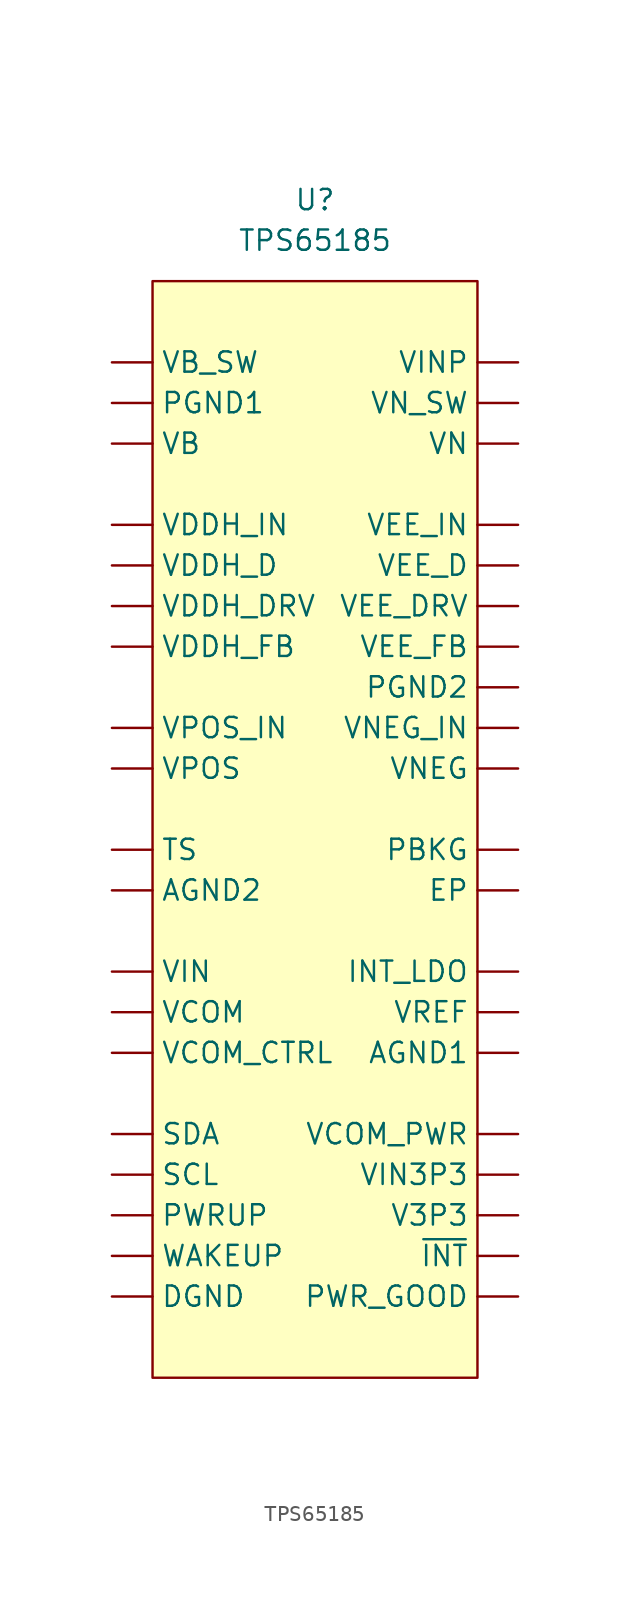
<source format=kicad_sym>
(kicad_symbol_lib
  (version 20201005)
  (generator kicad_symbol_editor)
  (symbol "symbols:TPS65185"
    (property "Reference" "U"
      (at 0 0 0)
      (effects (font (size 1.27 1.27))))
    (property "Value" "TPS65185"
      (at 0 -2.54 0)
      (effects (font (size 1.27 1.27))))
    (symbol "TPS65185_0_1"
      (rectangle (start -10.16 -5.08) (end 10.16 -73.66) (stroke (width 0.152)) (fill (type background))))
    (symbol "TPS65185_1_1"
      (pin input line (at 12.7 -53.34 180) (length 2.54) (name "AGND1" (effects (font (size 1.27 1.27)))) (number "" (effects (font (size 1.27 1.27)))))
      (pin input line (at -12.7 -43.18 0) (length 2.54) (name "AGND2" (effects (font (size 1.27 1.27)))) (number "" (effects (font (size 1.27 1.27)))))
      (pin input line (at -12.7 -68.58 0) (length 2.54) (name "DGND" (effects (font (size 1.27 1.27)))) (number "" (effects (font (size 1.27 1.27)))))
      (pin input line (at 12.7 -43.18 180) (length 2.54) (name "EP" (effects (font (size 1.27 1.27)))) (number "" (effects (font (size 1.27 1.27)))))
      (pin input line (at 12.7 -48.26 180) (length 2.54) (name "INT_LDO" (effects (font (size 1.27 1.27)))) (number "" (effects (font (size 1.27 1.27)))))
      (pin input line (at 12.7 -40.64 180) (length 2.54) (name "PBKG" (effects (font (size 1.27 1.27)))) (number "" (effects (font (size 1.27 1.27)))))
      (pin input line (at -12.7 -12.7 0) (length 2.54) (name "PGND1" (effects (font (size 1.27 1.27)))) (number "" (effects (font (size 1.27 1.27)))))
      (pin input line (at 12.7 -30.48 180) (length 2.54) (name "PGND2" (effects (font (size 1.27 1.27)))) (number "" (effects (font (size 1.27 1.27)))))
      (pin input line (at 12.7 -68.58 180) (length 2.54) (name "PWR_GOOD" (effects (font (size 1.27 1.27)))) (number "" (effects (font (size 1.27 1.27)))))
      (pin input line (at -12.7 -63.5 0) (length 2.54) (name "PWRUP" (effects (font (size 1.27 1.27)))) (number "" (effects (font (size 1.27 1.27)))))
      (pin input line (at -12.7 -60.96 0) (length 2.54) (name "SCL" (effects (font (size 1.27 1.27)))) (number "" (effects (font (size 1.27 1.27)))))
      (pin input line (at -12.7 -58.42 0) (length 2.54) (name "SDA" (effects (font (size 1.27 1.27)))) (number "" (effects (font (size 1.27 1.27)))))
      (pin input line (at -12.7 -40.64 0) (length 2.54) (name "TS" (effects (font (size 1.27 1.27)))) (number "" (effects (font (size 1.27 1.27)))))
      (pin input line (at 12.7 -63.5 180) (length 2.54) (name "V3P3" (effects (font (size 1.27 1.27)))) (number "" (effects (font (size 1.27 1.27)))))
      (pin input line (at -12.7 -15.24 0) (length 2.54) (name "VB" (effects (font (size 1.27 1.27)))) (number "" (effects (font (size 1.27 1.27)))))
      (pin input line (at -12.7 -10.16 0) (length 2.54) (name "VB_SW" (effects (font (size 1.27 1.27)))) (number "" (effects (font (size 1.27 1.27)))))
      (pin input line (at -12.7 -50.8 0) (length 2.54) (name "VCOM" (effects (font (size 1.27 1.27)))) (number "" (effects (font (size 1.27 1.27)))))
      (pin input line (at -12.7 -53.34 0) (length 2.54) (name "VCOM_CTRL" (effects (font (size 1.27 1.27)))) (number "" (effects (font (size 1.27 1.27)))))
      (pin input line (at 12.7 -58.42 180) (length 2.54) (name "VCOM_PWR" (effects (font (size 1.27 1.27)))) (number "" (effects (font (size 1.27 1.27)))))
      (pin input line (at -12.7 -22.86 0) (length 2.54) (name "VDDH_D" (effects (font (size 1.27 1.27)))) (number "" (effects (font (size 1.27 1.27)))))
      (pin input line (at -12.7 -25.4 0) (length 2.54) (name "VDDH_DRV" (effects (font (size 1.27 1.27)))) (number "" (effects (font (size 1.27 1.27)))))
      (pin input line (at -12.7 -27.94 0) (length 2.54) (name "VDDH_FB" (effects (font (size 1.27 1.27)))) (number "" (effects (font (size 1.27 1.27)))))
      (pin input line (at -12.7 -20.32 0) (length 2.54) (name "VDDH_IN" (effects (font (size 1.27 1.27)))) (number "" (effects (font (size 1.27 1.27)))))
      (pin input line (at 12.7 -22.86 180) (length 2.54) (name "VEE_D" (effects (font (size 1.27 1.27)))) (number "" (effects (font (size 1.27 1.27)))))
      (pin input line (at 12.7 -25.4 180) (length 2.54) (name "VEE_DRV" (effects (font (size 1.27 1.27)))) (number "" (effects (font (size 1.27 1.27)))))
      (pin input line (at 12.7 -27.94 180) (length 2.54) (name "VEE_FB" (effects (font (size 1.27 1.27)))) (number "" (effects (font (size 1.27 1.27)))))
      (pin input line (at 12.7 -20.32 180) (length 2.54) (name "VEE_IN" (effects (font (size 1.27 1.27)))) (number "" (effects (font (size 1.27 1.27)))))
      (pin input line (at -12.7 -48.26 0) (length 2.54) (name "VIN" (effects (font (size 1.27 1.27)))) (number "" (effects (font (size 1.27 1.27)))))
      (pin input line (at 12.7 -60.96 180) (length 2.54) (name "VIN3P3" (effects (font (size 1.27 1.27)))) (number "" (effects (font (size 1.27 1.27)))))
      (pin input line (at 12.7 -10.16 180) (length 2.54) (name "VINP" (effects (font (size 1.27 1.27)))) (number "" (effects (font (size 1.27 1.27)))))
      (pin input line (at 12.7 -15.24 180) (length 2.54) (name "VN" (effects (font (size 1.27 1.27)))) (number "" (effects (font (size 1.27 1.27)))))
      (pin input line (at 12.7 -12.7 180) (length 2.54) (name "VN_SW" (effects (font (size 1.27 1.27)))) (number "" (effects (font (size 1.27 1.27)))))
      (pin input line (at 12.7 -35.56 180) (length 2.54) (name "VNEG" (effects (font (size 1.27 1.27)))) (number "" (effects (font (size 1.27 1.27)))))
      (pin input line (at 12.7 -33.02 180) (length 2.54) (name "VNEG_IN" (effects (font (size 1.27 1.27)))) (number "" (effects (font (size 1.27 1.27)))))
      (pin input line (at -12.7 -35.56 0) (length 2.54) (name "VPOS" (effects (font (size 1.27 1.27)))) (number "" (effects (font (size 1.27 1.27)))))
      (pin input line (at -12.7 -33.02 0) (length 2.54) (name "VPOS_IN" (effects (font (size 1.27 1.27)))) (number "" (effects (font (size 1.27 1.27)))))
      (pin input line (at 12.7 -50.8 180) (length 2.54) (name "VREF" (effects (font (size 1.27 1.27)))) (number "" (effects (font (size 1.27 1.27)))))
      (pin input line (at -12.7 -66.04 0) (length 2.54) (name "WAKEUP" (effects (font (size 1.27 1.27)))) (number "" (effects (font (size 1.27 1.27)))))
      (pin input line (at 12.7 -66.04 180) (length 2.54) (name "~INT" (effects (font (size 1.27 1.27)))) (number "" (effects (font (size 1.27 1.27))))))))
</source>
